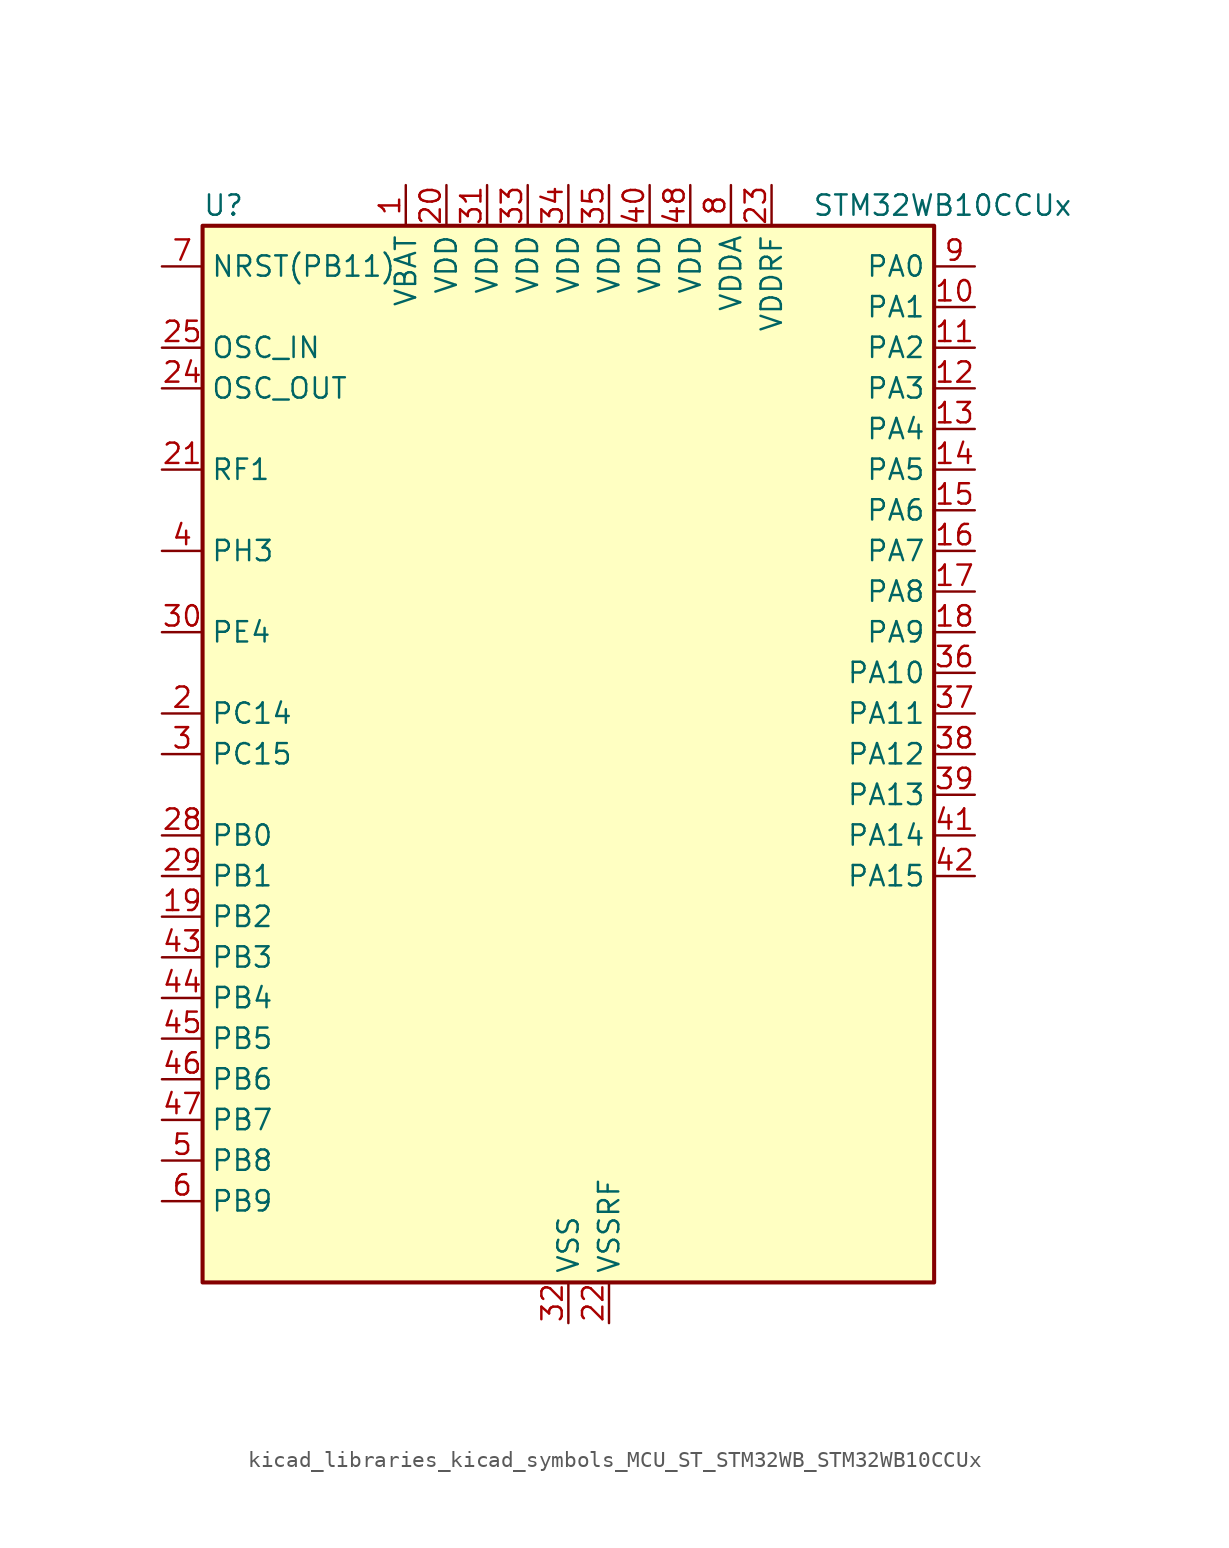
<source format=kicad_sym>
(kicad_symbol_lib
  (version 20220914)
  (generator kicad_symbol_editor)
  (symbol "kicad_libraries_kicad_symbols_MCU_ST_STM32WB_STM32WB10CCUx"
    (property "Reference" "U"
      (at -22.86 34.29 0)
      (effects (font (size 1.27 1.27)) (justify left)))
    (property "Value" "STM32WB10CCUx"
      (at 15.24 34.29 0)
      (effects (font (size 1.27 1.27)) (justify left)))
    (property "ki_locked" ""
      (at 0 0 0)
      (effects (font (size 1.27 1.27))))
    (symbol "kicad_libraries_kicad_symbols_MCU_ST_STM32WB_STM32WB10CCUx_0_1"
      (rectangle (start -22.86 -33.02) (end 22.86 33.02) (stroke (width 0.254) (type default)) (fill (type background))))
    (symbol "kicad_libraries_kicad_symbols_MCU_ST_STM32WB_STM32WB10CCUx_1_1"
      (pin power_in line (at -10.16 35.56 270) (length 2.54) (name "VBAT" (effects (font (size 1.27 1.27)))) (number "1" (effects (font (size 1.27 1.27)))))
      (pin bidirectional line (at 25.4 27.94 180) (length 2.54) (name "PA1" (effects (font (size 1.27 1.27)))) (number "10" (effects (font (size 1.27 1.27)))) (alternate "ADC1_IN6" bidirectional line) (alternate "I2C1_SMBA" bidirectional line) (alternate "SPI1_SCK" bidirectional line) (alternate "TIM2_CH2" bidirectional line))
      (pin bidirectional line (at 25.4 25.4 180) (length 2.54) (name "PA2" (effects (font (size 1.27 1.27)))) (number "11" (effects (font (size 1.27 1.27)))) (alternate "ADC1_IN7" bidirectional line) (alternate "RCC_LSCO" bidirectional line) (alternate "SYS_WKUP4" bidirectional line) (alternate "TIM2_CH3" bidirectional line))
      (pin bidirectional line (at 25.4 22.86 180) (length 2.54) (name "PA3" (effects (font (size 1.27 1.27)))) (number "12" (effects (font (size 1.27 1.27)))) (alternate "ADC1_IN8" bidirectional line) (alternate "TIM2_CH4" bidirectional line))
      (pin bidirectional line (at 25.4 20.32 180) (length 2.54) (name "PA4" (effects (font (size 1.27 1.27)))) (number "13" (effects (font (size 1.27 1.27)))) (alternate "ADC1_IN9" bidirectional line) (alternate "LPTIM2_OUT" bidirectional line) (alternate "SPI1_NSS" bidirectional line))
      (pin bidirectional line (at 25.4 17.78 180) (length 2.54) (name "PA5" (effects (font (size 1.27 1.27)))) (number "14" (effects (font (size 1.27 1.27)))) (alternate "ADC1_IN10" bidirectional line) (alternate "LPTIM2_ETR" bidirectional line) (alternate "SPI1_MOSI" bidirectional line) (alternate "SPI1_SCK" bidirectional line) (alternate "TIM2_CH1" bidirectional line) (alternate "TIM2_ETR" bidirectional line))
      (pin bidirectional line (at 25.4 15.24 180) (length 2.54) (name "PA6" (effects (font (size 1.27 1.27)))) (number "15" (effects (font (size 1.27 1.27)))) (alternate "ADC1_IN11" bidirectional line) (alternate "SPI1_MISO" bidirectional line) (alternate "TIM1_BKIN" bidirectional line))
      (pin bidirectional line (at 25.4 12.7 180) (length 2.54) (name "PA7" (effects (font (size 1.27 1.27)))) (number "16" (effects (font (size 1.27 1.27)))) (alternate "ADC1_IN2" bidirectional line) (alternate "SPI1_MOSI" bidirectional line) (alternate "TIM1_CH1N" bidirectional line))
      (pin bidirectional line (at 25.4 10.16 180) (length 2.54) (name "PA8" (effects (font (size 1.27 1.27)))) (number "17" (effects (font (size 1.27 1.27)))) (alternate "ADC1_IN3" bidirectional line) (alternate "LPTIM2_OUT" bidirectional line) (alternate "RCC_MCO" bidirectional line) (alternate "TIM1_CH1" bidirectional line) (alternate "USART1_CK" bidirectional line))
      (pin bidirectional line (at 25.4 7.62 180) (length 2.54) (name "PA9" (effects (font (size 1.27 1.27)))) (number "18" (effects (font (size 1.27 1.27)))) (alternate "ADC1_IN4" bidirectional line) (alternate "I2C1_SCL" bidirectional line) (alternate "TIM1_CH2" bidirectional line) (alternate "USART1_TX" bidirectional line))
      (pin bidirectional line (at -25.4 -10.16 0) (length 2.54) (name "PB2" (effects (font (size 1.27 1.27)))) (number "19" (effects (font (size 1.27 1.27)))) (alternate "LPTIM1_OUT" bidirectional line) (alternate "RTC_OUT" bidirectional line) (alternate "SPI1_NSS" bidirectional line))
      (pin bidirectional line (at -25.4 2.54 0) (length 2.54) (name "PC14" (effects (font (size 1.27 1.27)))) (number "2" (effects (font (size 1.27 1.27)))) (alternate "RCC_OSC32_IN" bidirectional line))
      (pin power_in line (at -7.62 35.56 270) (length 2.54) (name "VDD" (effects (font (size 1.27 1.27)))) (number "20" (effects (font (size 1.27 1.27)))))
      (pin bidirectional line (at -25.4 17.78 0) (length 2.54) (name "RF1" (effects (font (size 1.27 1.27)))) (number "21" (effects (font (size 1.27 1.27)))) (alternate "RF_RF1" bidirectional line))
      (pin power_in line (at 2.54 -35.56 90) (length 2.54) (name "VSSRF" (effects (font (size 1.27 1.27)))) (number "22" (effects (font (size 1.27 1.27)))))
      (pin power_in line (at 12.7 35.56 270) (length 2.54) (name "VDDRF" (effects (font (size 1.27 1.27)))) (number "23" (effects (font (size 1.27 1.27)))))
      (pin input line (at -25.4 22.86 0) (length 2.54) (name "OSC_OUT" (effects (font (size 1.27 1.27)))) (number "24" (effects (font (size 1.27 1.27)))) (alternate "RCC_OSC_OUT" bidirectional line))
      (pin input line (at -25.4 25.4 0) (length 2.54) (name "OSC_IN" (effects (font (size 1.27 1.27)))) (number "25" (effects (font (size 1.27 1.27)))) (alternate "RCC_OSC_IN" bidirectional line))
      (pin no_connect line (at -22.86 -33.02 0) (length 2.54) hide (name "AT0" (effects (font (size 1.27 1.27)))) (number "26" (effects (font (size 1.27 1.27)))))
      (pin no_connect line (at -22.86 -30.48 0) (length 2.54) hide (name "AT1" (effects (font (size 1.27 1.27)))) (number "27" (effects (font (size 1.27 1.27)))))
      (pin bidirectional line (at -25.4 -5.08 0) (length 2.54) (name "PB0" (effects (font (size 1.27 1.27)))) (number "28" (effects (font (size 1.27 1.27)))) (alternate "RF_TX_MOD_EXT_PA" bidirectional line))
      (pin bidirectional line (at -25.4 -7.62 0) (length 2.54) (name "PB1" (effects (font (size 1.27 1.27)))) (number "29" (effects (font (size 1.27 1.27)))) (alternate "LPTIM2_IN1" bidirectional line))
      (pin bidirectional line (at -25.4 0 0) (length 2.54) (name "PC15" (effects (font (size 1.27 1.27)))) (number "3" (effects (font (size 1.27 1.27)))) (alternate "RCC_OSC32_OUT" bidirectional line))
      (pin bidirectional line (at -25.4 7.62 0) (length 2.54) (name "PE4" (effects (font (size 1.27 1.27)))) (number "30" (effects (font (size 1.27 1.27)))))
      (pin power_in line (at -5.08 35.56 270) (length 2.54) (name "VDD" (effects (font (size 1.27 1.27)))) (number "31" (effects (font (size 1.27 1.27)))))
      (pin power_in line (at 0 -35.56 90) (length 2.54) (name "VSS" (effects (font (size 1.27 1.27)))) (number "32" (effects (font (size 1.27 1.27)))))
      (pin power_in line (at -2.54 35.56 270) (length 2.54) (name "VDD" (effects (font (size 1.27 1.27)))) (number "33" (effects (font (size 1.27 1.27)))))
      (pin power_in line (at 0 35.56 270) (length 2.54) (name "VDD" (effects (font (size 1.27 1.27)))) (number "34" (effects (font (size 1.27 1.27)))))
      (pin power_in line (at 2.54 35.56 270) (length 2.54) (name "VDD" (effects (font (size 1.27 1.27)))) (number "35" (effects (font (size 1.27 1.27)))))
      (pin bidirectional line (at 25.4 5.08 180) (length 2.54) (name "PA10" (effects (font (size 1.27 1.27)))) (number "36" (effects (font (size 1.27 1.27)))) (alternate "I2C1_SDA" bidirectional line) (alternate "TIM1_CH3" bidirectional line) (alternate "TSC_G7_IO2" bidirectional line) (alternate "USART1_RX" bidirectional line))
      (pin bidirectional line (at 25.4 2.54 180) (length 2.54) (name "PA11" (effects (font (size 1.27 1.27)))) (number "37" (effects (font (size 1.27 1.27)))) (alternate "ADC1_EXTI11" bidirectional line) (alternate "SPI1_MISO" bidirectional line) (alternate "TIM1_BKIN2" bidirectional line) (alternate "TIM1_CH4" bidirectional line) (alternate "USART1_CTS" bidirectional line) (alternate "USART1_NSS" bidirectional line))
      (pin bidirectional line (at 25.4 0 180) (length 2.54) (name "PA12" (effects (font (size 1.27 1.27)))) (number "38" (effects (font (size 1.27 1.27)))) (alternate "SPI1_MOSI" bidirectional line) (alternate "TIM1_ETR" bidirectional line) (alternate "USART1_DE" bidirectional line) (alternate "USART1_RTS" bidirectional line))
      (pin bidirectional line (at 25.4 -2.54 180) (length 2.54) (name "PA13" (effects (font (size 1.27 1.27)))) (number "39" (effects (font (size 1.27 1.27)))) (alternate "SPI1_MOSI" bidirectional line) (alternate "SYS_JTMS-SWDIO" bidirectional line) (alternate "TSC_G7_IO1" bidirectional line))
      (pin bidirectional line (at -25.4 12.7 0) (length 2.54) (name "PH3" (effects (font (size 1.27 1.27)))) (number "4" (effects (font (size 1.27 1.27)))) (alternate "RCC_LSCO" bidirectional line))
      (pin power_in line (at 5.08 35.56 270) (length 2.54) (name "VDD" (effects (font (size 1.27 1.27)))) (number "40" (effects (font (size 1.27 1.27)))))
      (pin bidirectional line (at 25.4 -5.08 180) (length 2.54) (name "PA14" (effects (font (size 1.27 1.27)))) (number "41" (effects (font (size 1.27 1.27)))) (alternate "I2C1_SMBA" bidirectional line) (alternate "LPTIM1_OUT" bidirectional line) (alternate "SPI1_NSS" bidirectional line) (alternate "SYS_JTCK-SWCLK" bidirectional line))
      (pin bidirectional line (at 25.4 -7.62 180) (length 2.54) (name "PA15" (effects (font (size 1.27 1.27)))) (number "42" (effects (font (size 1.27 1.27)))) (alternate "RCC_MCO" bidirectional line) (alternate "SPI1_NSS" bidirectional line) (alternate "SYS_JTDI" bidirectional line) (alternate "TIM2_CH1" bidirectional line) (alternate "TIM2_ETR" bidirectional line))
      (pin bidirectional line (at -25.4 -12.7 0) (length 2.54) (name "PB3" (effects (font (size 1.27 1.27)))) (number "43" (effects (font (size 1.27 1.27)))) (alternate "SPI1_SCK" bidirectional line) (alternate "SYS_JTDO-SWO" bidirectional line) (alternate "TIM2_CH2" bidirectional line) (alternate "USART1_DE" bidirectional line) (alternate "USART1_RTS" bidirectional line))
      (pin bidirectional line (at -25.4 -15.24 0) (length 2.54) (name "PB4" (effects (font (size 1.27 1.27)))) (number "44" (effects (font (size 1.27 1.27)))) (alternate "SPI1_MISO" bidirectional line) (alternate "SYS_JTRST" bidirectional line) (alternate "TSC_G2_IO1" bidirectional line) (alternate "USART1_CTS" bidirectional line) (alternate "USART1_NSS" bidirectional line))
      (pin bidirectional line (at -25.4 -17.78 0) (length 2.54) (name "PB5" (effects (font (size 1.27 1.27)))) (number "45" (effects (font (size 1.27 1.27)))) (alternate "I2C1_SMBA" bidirectional line) (alternate "LPTIM1_IN1" bidirectional line) (alternate "SPI1_MOSI" bidirectional line) (alternate "TSC_G2_IO2" bidirectional line) (alternate "USART1_CK" bidirectional line))
      (pin bidirectional line (at -25.4 -20.32 0) (length 2.54) (name "PB6" (effects (font (size 1.27 1.27)))) (number "46" (effects (font (size 1.27 1.27)))) (alternate "I2C1_SCL" bidirectional line) (alternate "LPTIM1_ETR" bidirectional line) (alternate "RCC_MCO" bidirectional line) (alternate "SPI1_NSS" bidirectional line) (alternate "TSC_G2_IO3" bidirectional line) (alternate "USART1_TX" bidirectional line))
      (pin bidirectional line (at -25.4 -22.86 0) (length 2.54) (name "PB7" (effects (font (size 1.27 1.27)))) (number "47" (effects (font (size 1.27 1.27)))) (alternate "I2C1_SDA" bidirectional line) (alternate "LPTIM1_IN2" bidirectional line) (alternate "SYS_PVD_IN" bidirectional line) (alternate "TIM1_BKIN" bidirectional line) (alternate "TIM1_CH3" bidirectional line) (alternate "TSC_G2_IO4" bidirectional line) (alternate "USART1_RX" bidirectional line))
      (pin power_in line (at 7.62 35.56 270) (length 2.54) (name "VDD" (effects (font (size 1.27 1.27)))) (number "48" (effects (font (size 1.27 1.27)))))
      (pin passive line (at 0 -35.56 90) (length 2.54) hide (name "VSS" (effects (font (size 1.27 1.27)))) (number "49" (effects (font (size 1.27 1.27)))))
      (pin bidirectional line (at -25.4 -25.4 0) (length 2.54) (name "PB8" (effects (font (size 1.27 1.27)))) (number "5" (effects (font (size 1.27 1.27)))) (alternate "I2C1_SCL" bidirectional line) (alternate "TIM1_CH2N" bidirectional line) (alternate "TSC_G7_IO3" bidirectional line))
      (pin bidirectional line (at -25.4 -27.94 0) (length 2.54) (name "PB9" (effects (font (size 1.27 1.27)))) (number "6" (effects (font (size 1.27 1.27)))) (alternate "I2C1_SDA" bidirectional line) (alternate "TIM1_CH3N" bidirectional line) (alternate "TSC_G7_IO4" bidirectional line))
      (pin input line (at -25.4 30.48 0) (length 2.54) (name "NRST(PB11)" (effects (font (size 1.27 1.27)))) (number "7" (effects (font (size 1.27 1.27)))))
      (pin power_in line (at 10.16 35.56 270) (length 2.54) (name "VDDA" (effects (font (size 1.27 1.27)))) (number "8" (effects (font (size 1.27 1.27)))))
      (pin bidirectional line (at 25.4 30.48 180) (length 2.54) (name "PA0" (effects (font (size 1.27 1.27)))) (number "9" (effects (font (size 1.27 1.27)))) (alternate "ADC1_IN5" bidirectional line) (alternate "RTC_TAMP2" bidirectional line) (alternate "SYS_WKUP1" bidirectional line) (alternate "TIM2_CH1" bidirectional line) (alternate "TIM2_ETR" bidirectional line)))))
</source>
